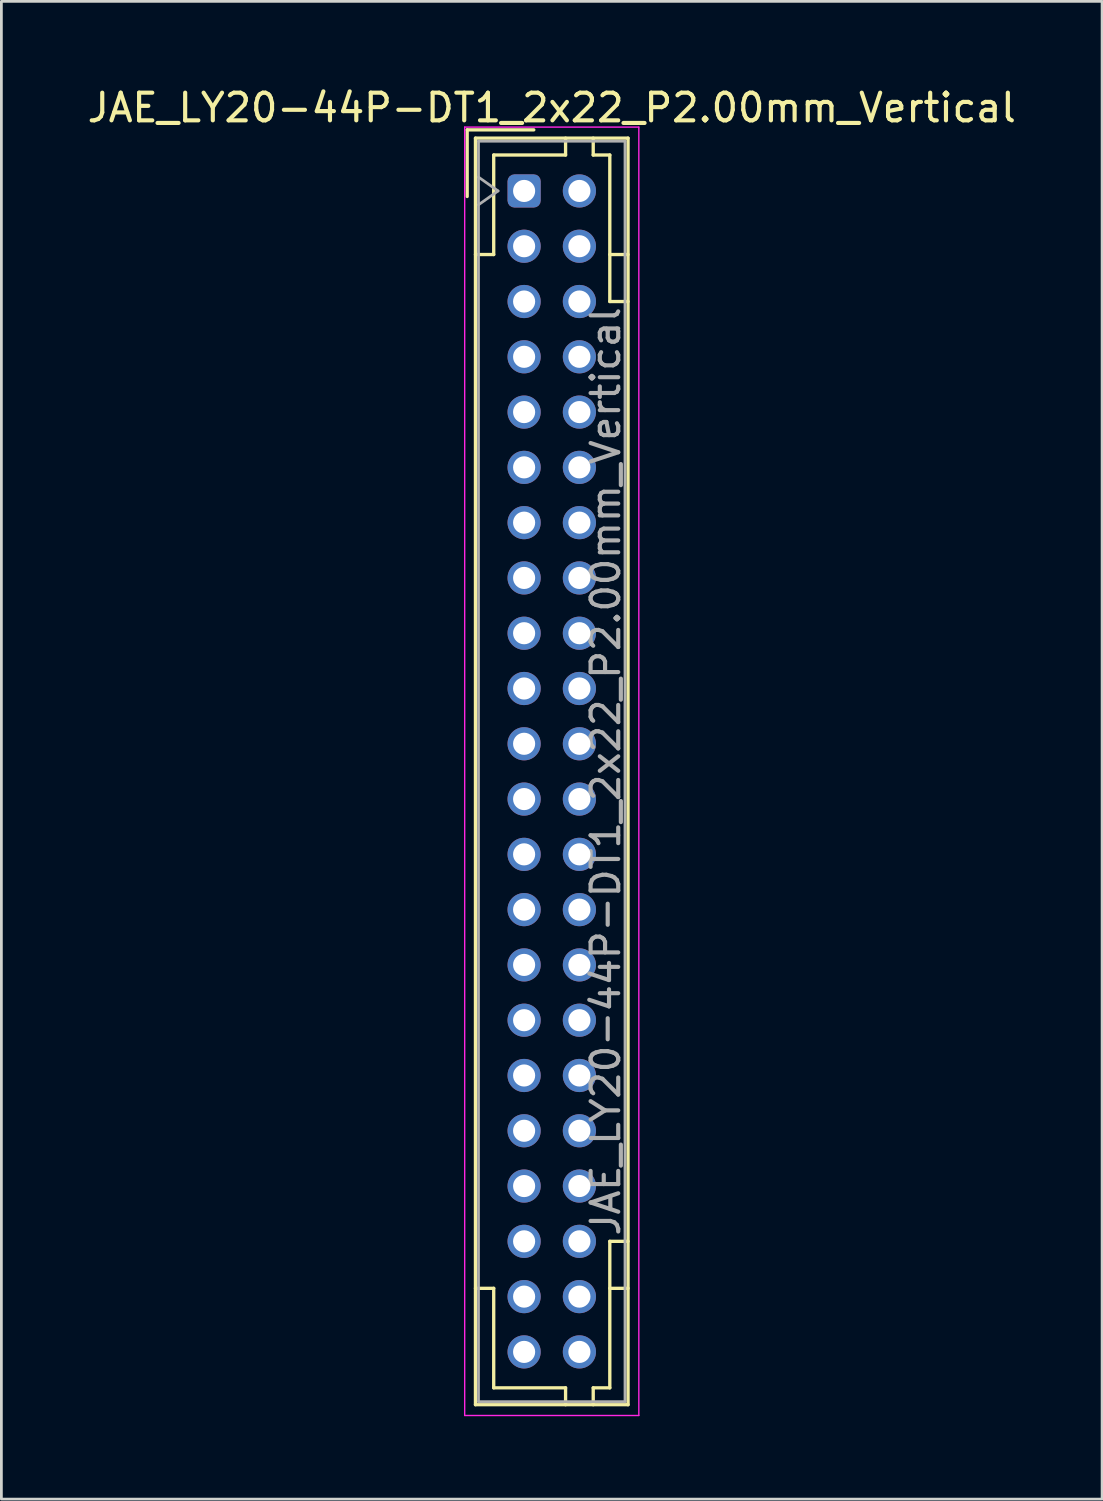
<source format=kicad_pcb>
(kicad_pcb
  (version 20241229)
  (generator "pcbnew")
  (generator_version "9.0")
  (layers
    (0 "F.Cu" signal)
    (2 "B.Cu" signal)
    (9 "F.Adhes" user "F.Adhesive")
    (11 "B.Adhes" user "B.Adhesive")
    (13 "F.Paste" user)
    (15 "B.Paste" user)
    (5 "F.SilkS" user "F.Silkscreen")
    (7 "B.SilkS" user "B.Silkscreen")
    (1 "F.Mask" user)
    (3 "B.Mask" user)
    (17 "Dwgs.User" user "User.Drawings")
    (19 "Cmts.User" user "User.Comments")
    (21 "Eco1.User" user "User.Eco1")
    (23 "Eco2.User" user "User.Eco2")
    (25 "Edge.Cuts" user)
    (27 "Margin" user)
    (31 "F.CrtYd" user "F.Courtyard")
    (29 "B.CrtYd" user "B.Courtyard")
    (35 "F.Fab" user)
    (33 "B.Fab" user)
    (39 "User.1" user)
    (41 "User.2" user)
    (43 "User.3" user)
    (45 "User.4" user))
  (footprint "JAE_LY20-44P-DT1_2x22_P2.00mm_Vertical"
    (layer "F.Cu")
    (at 15.911 3.858)
    (property "Reference" "JAE_LY20-44P-DT1_2x22_P2.00mm_Vertical" (at 1 -3.01 0) (layer "F.SilkS") (effects (font (size 1 1) (thickness 0.15))))
    (attr through_hole)
    (fp_line (start -2.06 -2.21) (end -2.06 0.2) (stroke (width 0.12) (type solid)) (layer "F.SilkS"))
    (fp_line (start -1.76 -1.91) (end -1.76 43.91) (stroke (width 0.12) (type solid)) (layer "F.SilkS"))
    (fp_line (start -1.76 43.91) (end 3.76 43.91) (stroke (width 0.12) (type solid)) (layer "F.SilkS"))
    (fp_line (start -1.1 -1.3) (end -1.1 2.3) (stroke (width 0.12) (type solid)) (layer "F.SilkS"))
    (fp_line (start -1.1 2.3) (end -1.76 2.3) (stroke (width 0.12) (type solid)) (layer "F.SilkS"))
    (fp_line (start -1.1 39.7) (end -1.76 39.7) (stroke (width 0.12) (type solid)) (layer "F.SilkS"))
    (fp_line (start -1.1 43.3) (end -1.1 39.7) (stroke (width 0.12) (type solid)) (layer "F.SilkS"))
    (fp_line (start 0.35 -2.21) (end -2.06 -2.21) (stroke (width 0.12) (type solid)) (layer "F.SilkS"))
    (fp_line (start 1.5 -1.91) (end 1.5 -1.3) (stroke (width 0.12) (type solid)) (layer "F.SilkS"))
    (fp_line (start 1.5 -1.3) (end -1.1 -1.3) (stroke (width 0.12) (type solid)) (layer "F.SilkS"))
    (fp_line (start 1.5 43.3) (end -1.1 43.3) (stroke (width 0.12) (type solid)) (layer "F.SilkS"))
    (fp_line (start 1.5 43.91) (end 1.5 43.3) (stroke (width 0.12) (type solid)) (layer "F.SilkS"))
    (fp_line (start 2.5 -1.91) (end 2.5 -1.3) (stroke (width 0.12) (type solid)) (layer "F.SilkS"))
    (fp_line (start 2.5 -1.3) (end 3.1 -1.3) (stroke (width 0.12) (type solid)) (layer "F.SilkS"))
    (fp_line (start 2.5 43.3) (end 3.1 43.3) (stroke (width 0.12) (type solid)) (layer "F.SilkS"))
    (fp_line (start 2.5 43.91) (end 2.5 43.3) (stroke (width 0.12) (type solid)) (layer "F.SilkS"))
    (fp_line (start 3.1 -1.3) (end 3.1 4) (stroke (width 0.12) (type solid)) (layer "F.SilkS"))
    (fp_line (start 3.1 4) (end 3.76 4) (stroke (width 0.12) (type solid)) (layer "F.SilkS"))
    (fp_line (start 3.1 38) (end 3.76 38) (stroke (width 0.12) (type solid)) (layer "F.SilkS"))
    (fp_line (start 3.1 43.3) (end 3.1 38) (stroke (width 0.12) (type solid)) (layer "F.SilkS"))
    (fp_line (start 3.76 -1.91) (end -1.76 -1.91) (stroke (width 0.12) (type solid)) (layer "F.SilkS"))
    (fp_line (start 3.76 2.3) (end 3.1 2.3) (stroke (width 0.12) (type solid)) (layer "F.SilkS"))
    (fp_line (start 3.76 39.7) (end 3.1 39.7) (stroke (width 0.12) (type solid)) (layer "F.SilkS"))
    (fp_line (start 3.76 43.91) (end 3.76 -1.91) (stroke (width 0.12) (type solid)) (layer "F.SilkS"))
    (fp_line (start -2.15 -2.31) (end -2.15 44.3) (stroke (width 0.05) (type solid)) (layer "F.CrtYd"))
    (fp_line (start -2.15 44.3) (end 4.15 44.3) (stroke (width 0.05) (type solid)) (layer "F.CrtYd"))
    (fp_line (start 4.15 -2.31) (end -2.15 -2.31) (stroke (width 0.05) (type solid)) (layer "F.CrtYd"))
    (fp_line (start 4.15 44.3) (end 4.15 -2.31) (stroke (width 0.05) (type solid)) (layer "F.CrtYd"))
    (fp_line (start -1.65 -1.8) (end -1.65 43.8) (stroke (width 0.1) (type solid)) (layer "F.Fab"))
    (fp_line (start -1.65 0.5) (end -0.943 0) (stroke (width 0.1) (type solid)) (layer "F.Fab"))
    (fp_line (start -1.65 43.8) (end 3.65 43.8) (stroke (width 0.1) (type solid)) (layer "F.Fab"))
    (fp_line (start -0.943 0) (end -1.65 -0.5) (stroke (width 0.1) (type solid)) (layer "F.Fab"))
    (fp_line (start 3.65 -1.8) (end -1.65 -1.8) (stroke (width 0.1) (type solid)) (layer "F.Fab"))
    (fp_line (start 3.65 43.8) (end 3.65 -1.8) (stroke (width 0.1) (type solid)) (layer "F.Fab"))
    (fp_text user "${REFERENCE}" (at 2.95 21 90) (layer "F.Fab") (effects (font (size 1 1) (thickness 0.15))))
    (pad "a1" thru_hole roundrect (at 0 0) (size 1.2 1.2) (drill 0.8) (layers "*.Cu" "*.Mask") (roundrect_rratio 0.208))
    (pad "a2" thru_hole circle (at 0 2) (size 1.2 1.2) (drill 0.8) (layers "*.Cu" "*.Mask"))
    (pad "a3" thru_hole circle (at 0 4) (size 1.2 1.2) (drill 0.8) (layers "*.Cu" "*.Mask"))
    (pad "a4" thru_hole circle (at 0 6) (size 1.2 1.2) (drill 0.8) (layers "*.Cu" "*.Mask"))
    (pad "a5" thru_hole circle (at 0 8) (size 1.2 1.2) (drill 0.8) (layers "*.Cu" "*.Mask"))
    (pad "a6" thru_hole circle (at 0 10) (size 1.2 1.2) (drill 0.8) (layers "*.Cu" "*.Mask"))
    (pad "a7" thru_hole circle (at 0 12) (size 1.2 1.2) (drill 0.8) (layers "*.Cu" "*.Mask"))
    (pad "a8" thru_hole circle (at 0 14) (size 1.2 1.2) (drill 0.8) (layers "*.Cu" "*.Mask"))
    (pad "a9" thru_hole circle (at 0 16) (size 1.2 1.2) (drill 0.8) (layers "*.Cu" "*.Mask"))
    (pad "a10" thru_hole circle (at 0 18) (size 1.2 1.2) (drill 0.8) (layers "*.Cu" "*.Mask"))
    (pad "a11" thru_hole circle (at 0 20) (size 1.2 1.2) (drill 0.8) (layers "*.Cu" "*.Mask"))
    (pad "a12" thru_hole circle (at 0 22) (size 1.2 1.2) (drill 0.8) (layers "*.Cu" "*.Mask"))
    (pad "a13" thru_hole circle (at 0 24) (size 1.2 1.2) (drill 0.8) (layers "*.Cu" "*.Mask"))
    (pad "a14" thru_hole circle (at 0 26) (size 1.2 1.2) (drill 0.8) (layers "*.Cu" "*.Mask"))
    (pad "a15" thru_hole circle (at 0 28) (size 1.2 1.2) (drill 0.8) (layers "*.Cu" "*.Mask"))
    (pad "a16" thru_hole circle (at 0 30) (size 1.2 1.2) (drill 0.8) (layers "*.Cu" "*.Mask"))
    (pad "a17" thru_hole circle (at 0 32) (size 1.2 1.2) (drill 0.8) (layers "*.Cu" "*.Mask"))
    (pad "a18" thru_hole circle (at 0 34) (size 1.2 1.2) (drill 0.8) (layers "*.Cu" "*.Mask"))
    (pad "a19" thru_hole circle (at 0 36) (size 1.2 1.2) (drill 0.8) (layers "*.Cu" "*.Mask"))
    (pad "a20" thru_hole circle (at 0 38) (size 1.2 1.2) (drill 0.8) (layers "*.Cu" "*.Mask"))
    (pad "a21" thru_hole circle (at 0 40) (size 1.2 1.2) (drill 0.8) (layers "*.Cu" "*.Mask"))
    (pad "a22" thru_hole circle (at 0 42) (size 1.2 1.2) (drill 0.8) (layers "*.Cu" "*.Mask"))
    (pad "b1" thru_hole circle (at 2 0) (size 1.2 1.2) (drill 0.8) (layers "*.Cu" "*.Mask"))
    (pad "b2" thru_hole circle (at 2 2) (size 1.2 1.2) (drill 0.8) (layers "*.Cu" "*.Mask"))
    (pad "b3" thru_hole circle (at 2 4) (size 1.2 1.2) (drill 0.8) (layers "*.Cu" "*.Mask"))
    (pad "b4" thru_hole circle (at 2 6) (size 1.2 1.2) (drill 0.8) (layers "*.Cu" "*.Mask"))
    (pad "b5" thru_hole circle (at 2 8) (size 1.2 1.2) (drill 0.8) (layers "*.Cu" "*.Mask"))
    (pad "b6" thru_hole circle (at 2 10) (size 1.2 1.2) (drill 0.8) (layers "*.Cu" "*.Mask"))
    (pad "b7" thru_hole circle (at 2 12) (size 1.2 1.2) (drill 0.8) (layers "*.Cu" "*.Mask"))
    (pad "b8" thru_hole circle (at 2 14) (size 1.2 1.2) (drill 0.8) (layers "*.Cu" "*.Mask"))
    (pad "b9" thru_hole circle (at 2 16) (size 1.2 1.2) (drill 0.8) (layers "*.Cu" "*.Mask"))
    (pad "b10" thru_hole circle (at 2 18) (size 1.2 1.2) (drill 0.8) (layers "*.Cu" "*.Mask"))
    (pad "b11" thru_hole circle (at 2 20) (size 1.2 1.2) (drill 0.8) (layers "*.Cu" "*.Mask"))
    (pad "b12" thru_hole circle (at 2 22) (size 1.2 1.2) (drill 0.8) (layers "*.Cu" "*.Mask"))
    (pad "b13" thru_hole circle (at 2 24) (size 1.2 1.2) (drill 0.8) (layers "*.Cu" "*.Mask"))
    (pad "b14" thru_hole circle (at 2 26) (size 1.2 1.2) (drill 0.8) (layers "*.Cu" "*.Mask"))
    (pad "b15" thru_hole circle (at 2 28) (size 1.2 1.2) (drill 0.8) (layers "*.Cu" "*.Mask"))
    (pad "b16" thru_hole circle (at 2 30) (size 1.2 1.2) (drill 0.8) (layers "*.Cu" "*.Mask"))
    (pad "b17" thru_hole circle (at 2 32) (size 1.2 1.2) (drill 0.8) (layers "*.Cu" "*.Mask"))
    (pad "b18" thru_hole circle (at 2 34) (size 1.2 1.2) (drill 0.8) (layers "*.Cu" "*.Mask"))
    (pad "b19" thru_hole circle (at 2 36) (size 1.2 1.2) (drill 0.8) (layers "*.Cu" "*.Mask"))
    (pad "b20" thru_hole circle (at 2 38) (size 1.2 1.2) (drill 0.8) (layers "*.Cu" "*.Mask"))
    (pad "b21" thru_hole circle (at 2 40) (size 1.2 1.2) (drill 0.8) (layers "*.Cu" "*.Mask"))
    (pad "b22" thru_hole circle (at 2 42) (size 1.2 1.2) (drill 0.8) (layers "*.Cu" "*.Mask")))
  (gr_rect
    (start -3 -3)
    (end 36.821 51.183)
    (stroke (width 0.1) (type default))
    (fill no)
    (layer "Edge.Cuts")))
</source>
